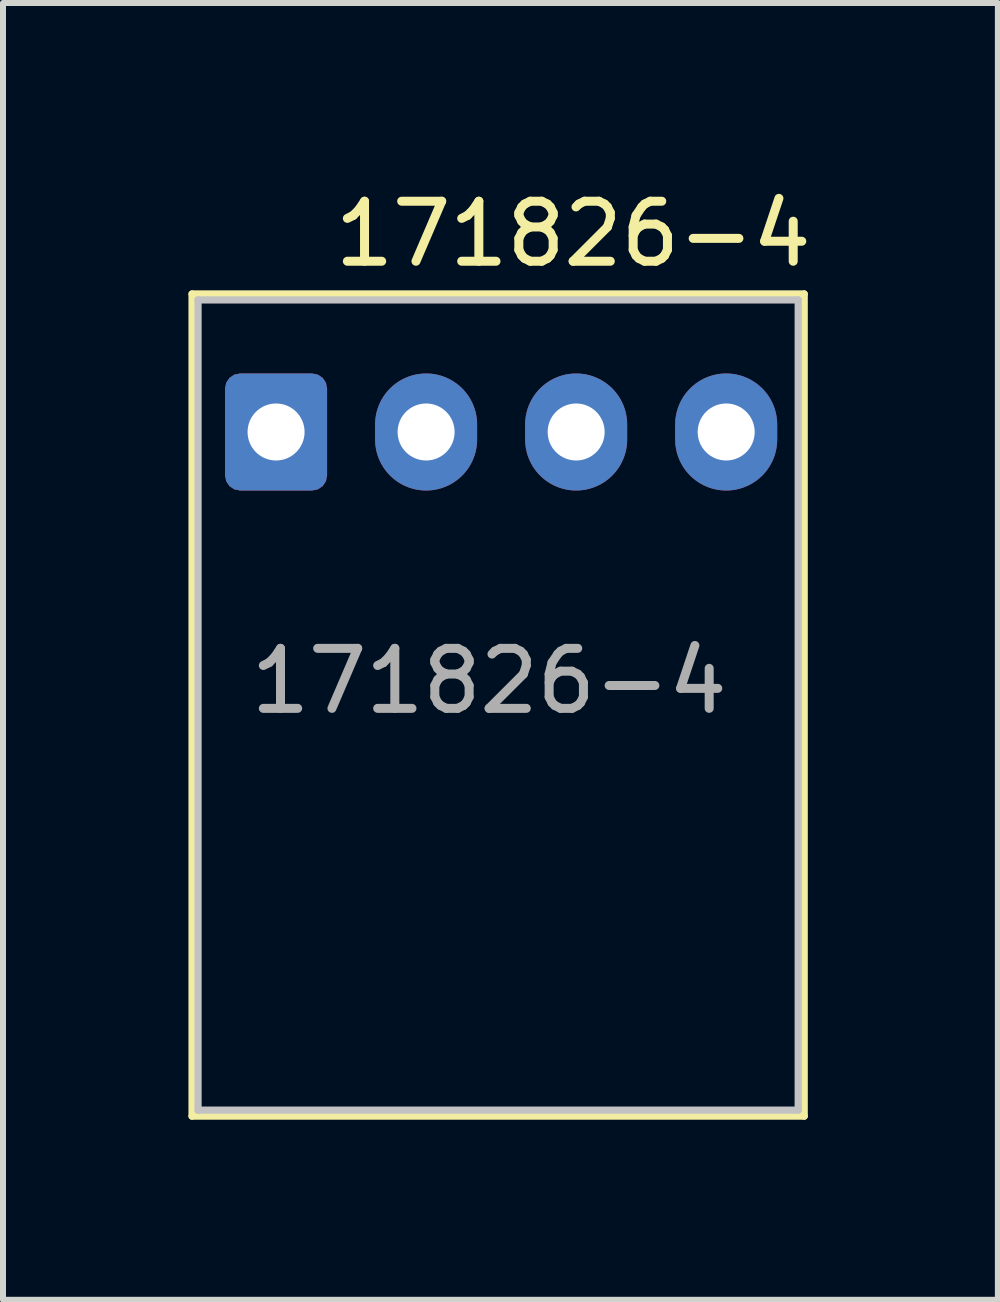
<source format=kicad_pcb>
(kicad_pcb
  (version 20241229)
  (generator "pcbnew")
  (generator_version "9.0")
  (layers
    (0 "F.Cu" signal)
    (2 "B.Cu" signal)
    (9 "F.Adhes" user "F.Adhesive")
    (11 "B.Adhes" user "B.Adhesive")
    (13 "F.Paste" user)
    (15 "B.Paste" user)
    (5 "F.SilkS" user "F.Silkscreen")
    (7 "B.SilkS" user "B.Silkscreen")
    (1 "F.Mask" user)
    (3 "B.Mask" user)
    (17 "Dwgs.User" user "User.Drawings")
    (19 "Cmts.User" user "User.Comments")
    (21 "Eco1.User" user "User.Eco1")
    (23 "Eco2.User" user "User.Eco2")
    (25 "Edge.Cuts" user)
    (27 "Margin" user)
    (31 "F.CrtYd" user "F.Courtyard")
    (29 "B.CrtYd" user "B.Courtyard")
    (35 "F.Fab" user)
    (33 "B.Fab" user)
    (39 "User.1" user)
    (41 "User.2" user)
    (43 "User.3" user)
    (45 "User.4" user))
  (footprint "171826-4"
    (layer "F.Cu")
    (at 0.25 1.948)
    (property "Reference" "171826-4" (at 6.25 -1.1 0) (layer "F.SilkS") (effects (font (size 1 1) (thickness 0.15))))
    (attr through_hole)
    (fp_line (start -0.1 -0.1) (end 10.1 -0.1) (stroke (width 0.12) (type solid)) (layer "F.SilkS"))
    (fp_line (start -0.1 13.6) (end -0.1 -0.1) (stroke (width 0.12) (type solid)) (layer "F.SilkS"))
    (fp_line (start 10.1 -0.1) (end 10.1 13.6) (stroke (width 0.12) (type solid)) (layer "F.SilkS"))
    (fp_line (start 10.1 13.6) (end -0.1 13.6) (stroke (width 0.12) (type solid)) (layer "F.SilkS"))
    (fp_line (start 0 0) (end 0 13.5) (stroke (width 0.12) (type solid)) (layer "Dwgs.User"))
    (fp_line (start 0 0) (end 10 0) (stroke (width 0.12) (type solid)) (layer "Dwgs.User"))
    (fp_line (start 0 13.5) (end 10 13.5) (stroke (width 0.12) (type solid)) (layer "Dwgs.User"))
    (fp_line (start 10 13.5) (end 10 0) (stroke (width 0.12) (type solid)) (layer "Dwgs.User"))
    (fp_text user "${REFERENCE}" (at 4.85 6.35 0) (layer "F.Fab") (effects (font (size 1 1) (thickness 0.15))))
    (pad "1" thru_hole roundrect (at 1.3 2.2) (size 1.7 1.95) (drill 0.95) (layers "*.Cu" "*.Mask") (roundrect_rratio 0.147))
    (pad "2" thru_hole oval (at 3.8 2.2) (size 1.7 1.95) (drill 0.95) (layers "*.Cu" "*.Mask"))
    (pad "3" thru_hole oval (at 6.3 2.2) (size 1.7 1.95) (drill 0.95) (layers "*.Cu" "*.Mask"))
    (pad "4" thru_hole oval (at 8.8 2.2) (size 1.7 1.95) (drill 0.95) (layers "*.Cu" "*.Mask")))
  (gr_rect
    (start -3 -3)
    (end 13.577 18.608)
    (stroke (width 0.1) (type default))
    (fill no)
    (layer "Edge.Cuts")))
</source>
